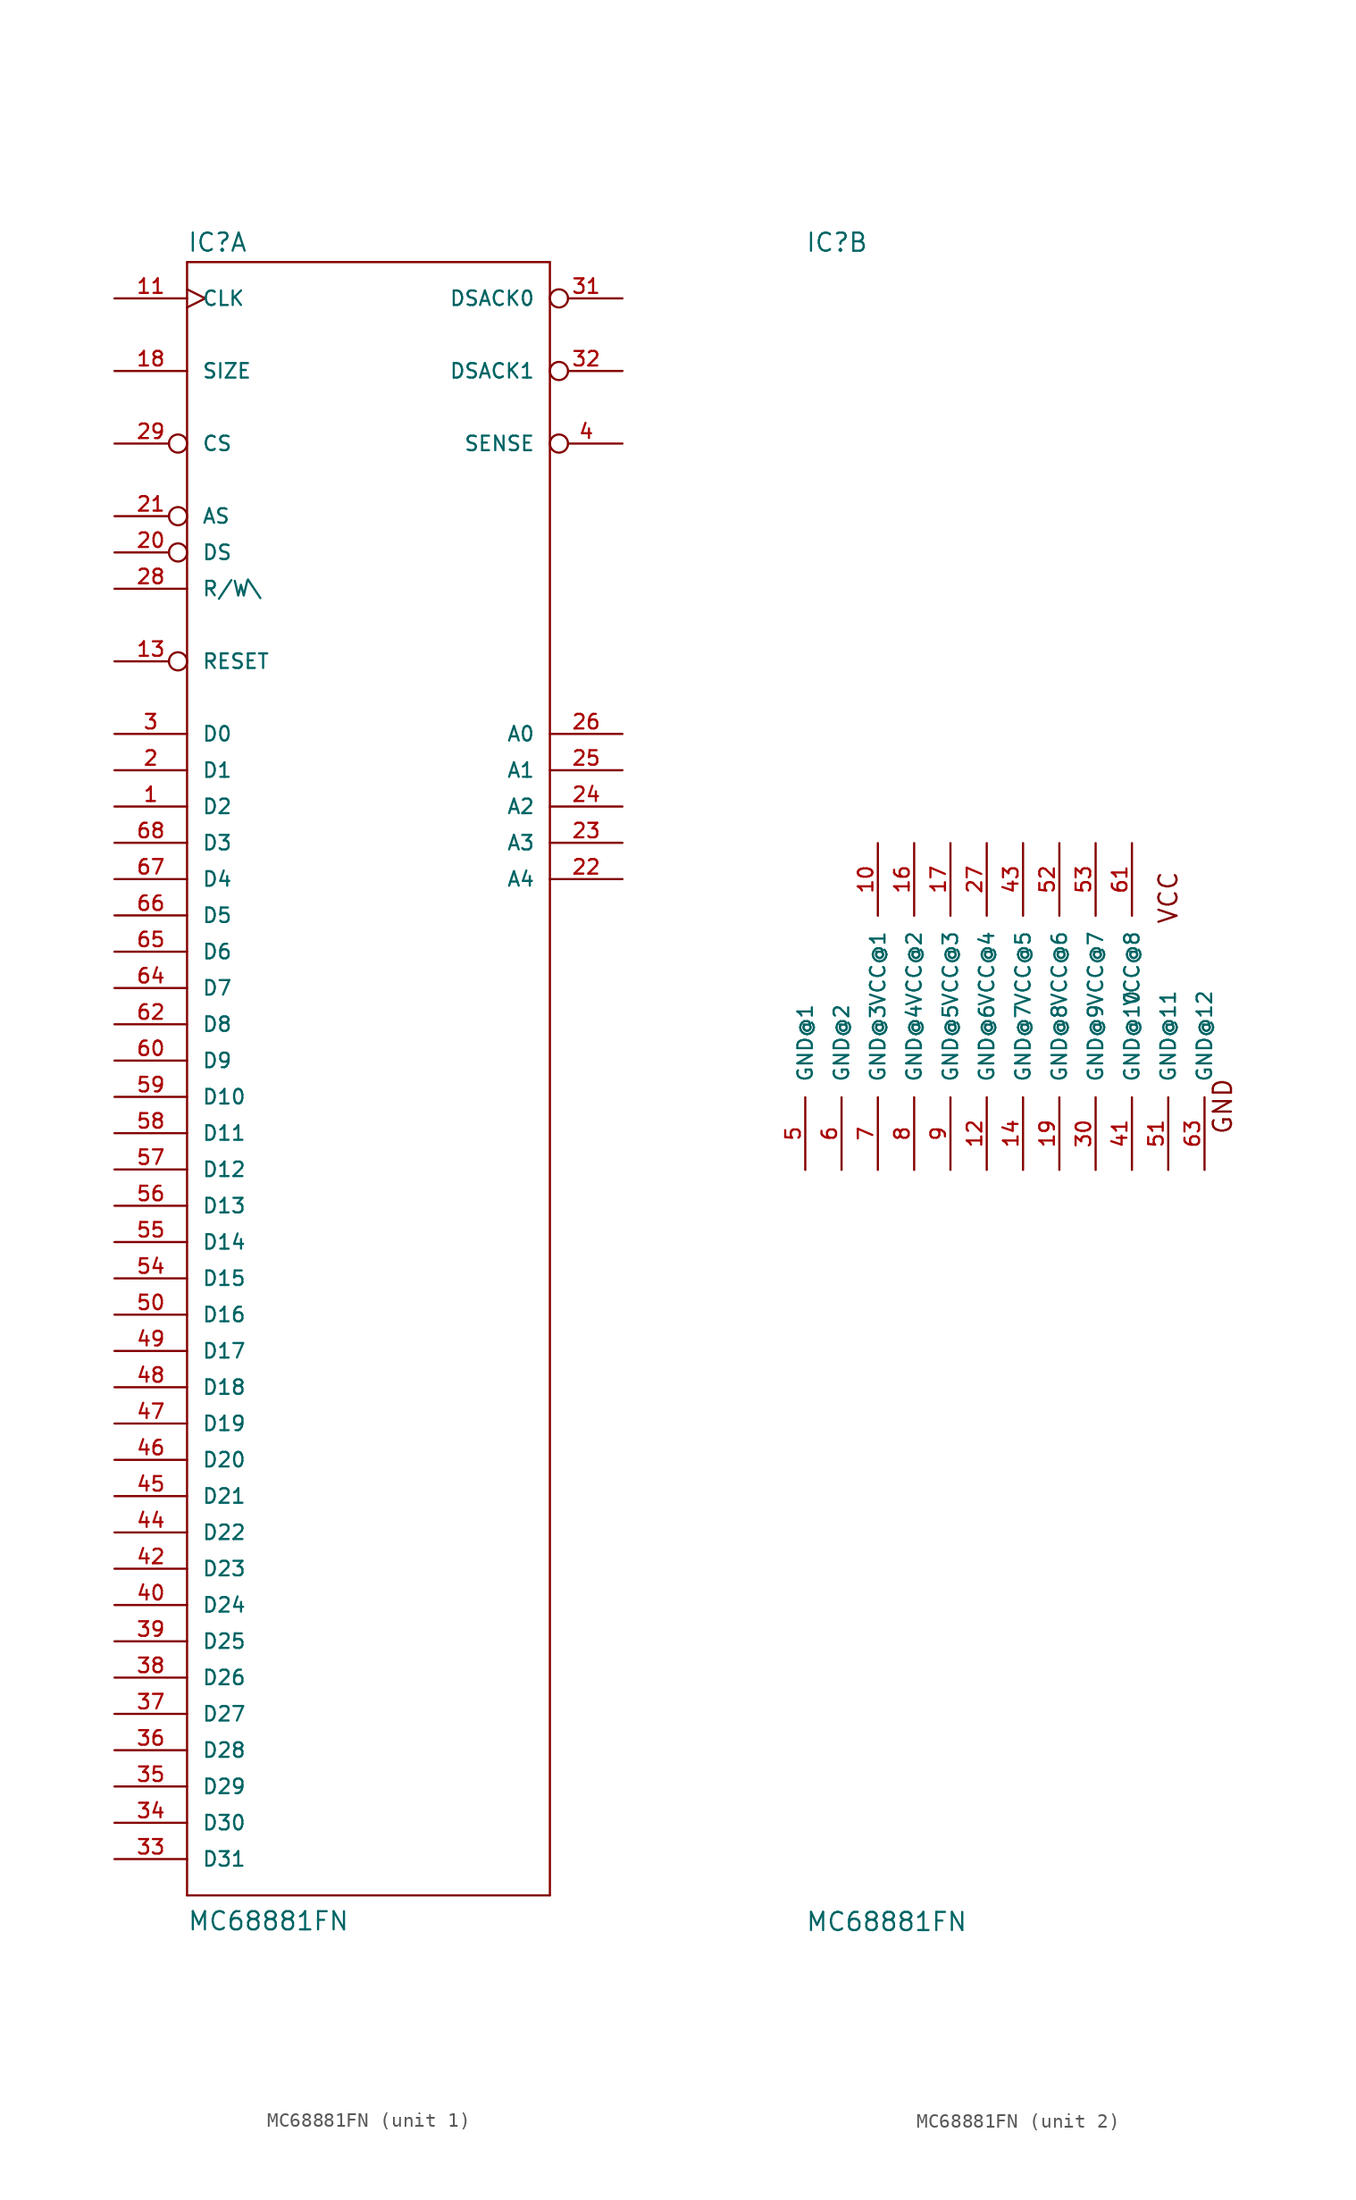
<source format=kicad_sym>
(kicad_symbol_lib
  (version 20220914)
  (generator kicad_symbol_editor)
  (symbol "MC68881FN"
    (pin_names
      (offset 1.016))
    (property "Reference" "IC"
      (at -12.7 56.515 0)
      (effects (font (size 1.27 1.27)) (justify left bottom)))
    (property "Value" "MC68881FN"
      (at -12.7 -60.96 0)
      (effects (font (size 1.27 1.27)) (justify left bottom)))
    (property "Footprint" ""
      (at 0 0 0)
      (effects (font (size 1.524 1.524))))
    (property "Datasheet" ""
      (at 0 0 0)
      (effects (font (size 1.524 1.524))))
    (property "ki_locked" ""
      (at 0 0 0)
      (effects (font (size 1.27 1.27))))
    (symbol "MC68881FN_1_0"
      (polyline (pts (xy -12.7 -58.42) (xy -12.7 55.88)) (stroke (width 0) (type solid)) (fill (type none)))
      (polyline (pts (xy -12.7 -58.42) (xy 12.7 -58.42)) (stroke (width 0) (type solid)) (fill (type none)))
      (polyline (pts (xy 12.7 55.88) (xy -12.7 55.88)) (stroke (width 0) (type solid)) (fill (type none)))
      (polyline (pts (xy 12.7 55.88) (xy 12.7 -58.42)) (stroke (width 0) (type solid)) (fill (type none))))
    (symbol "MC68881FN_1_1"
      (pin bidirectional line (at -17.78 17.78 0) (length 5.08) (name "D2" (effects (font (size 1.016 1.016)))) (number "1" (effects (font (size 1.016 1.016)))))
      (pin input clock (at -17.78 53.34 0) (length 5.08) (name "CLK" (effects (font (size 1.016 1.016)))) (number "11" (effects (font (size 1.016 1.016)))))
      (pin input inverted (at -17.78 27.94 0) (length 5.08) (name "RESET" (effects (font (size 1.016 1.016)))) (number "13" (effects (font (size 1.016 1.016)))))
      (pin input line (at -17.78 48.26 0) (length 5.08) (name "SIZE" (effects (font (size 1.016 1.016)))) (number "18" (effects (font (size 1.016 1.016)))))
      (pin bidirectional line (at -17.78 20.32 0) (length 5.08) (name "D1" (effects (font (size 1.016 1.016)))) (number "2" (effects (font (size 1.016 1.016)))))
      (pin input inverted (at -17.78 35.56 0) (length 5.08) (name "DS" (effects (font (size 1.016 1.016)))) (number "20" (effects (font (size 1.016 1.016)))))
      (pin input inverted (at -17.78 38.1 0) (length 5.08) (name "AS" (effects (font (size 1.016 1.016)))) (number "21" (effects (font (size 1.016 1.016)))))
      (pin input line (at 17.78 12.7 180) (length 5.08) (name "A4" (effects (font (size 1.016 1.016)))) (number "22" (effects (font (size 1.016 1.016)))))
      (pin input line (at 17.78 15.24 180) (length 5.08) (name "A3" (effects (font (size 1.016 1.016)))) (number "23" (effects (font (size 1.016 1.016)))))
      (pin input line (at 17.78 17.78 180) (length 5.08) (name "A2" (effects (font (size 1.016 1.016)))) (number "24" (effects (font (size 1.016 1.016)))))
      (pin input line (at 17.78 20.32 180) (length 5.08) (name "A1" (effects (font (size 1.016 1.016)))) (number "25" (effects (font (size 1.016 1.016)))))
      (pin input line (at 17.78 22.86 180) (length 5.08) (name "A0" (effects (font (size 1.016 1.016)))) (number "26" (effects (font (size 1.016 1.016)))))
      (pin input line (at -17.78 33.02 0) (length 5.08) (name "R/W\\" (effects (font (size 1.016 1.016)))) (number "28" (effects (font (size 1.016 1.016)))))
      (pin input inverted (at -17.78 43.18 0) (length 5.08) (name "CS" (effects (font (size 1.016 1.016)))) (number "29" (effects (font (size 1.016 1.016)))))
      (pin bidirectional line (at -17.78 22.86 0) (length 5.08) (name "D0" (effects (font (size 1.016 1.016)))) (number "3" (effects (font (size 1.016 1.016)))))
      (pin output inverted (at 17.78 53.34 180) (length 5.08) (name "DSACK0" (effects (font (size 1.016 1.016)))) (number "31" (effects (font (size 1.016 1.016)))))
      (pin output inverted (at 17.78 48.26 180) (length 5.08) (name "DSACK1" (effects (font (size 1.016 1.016)))) (number "32" (effects (font (size 1.016 1.016)))))
      (pin bidirectional line (at -17.78 -55.88 0) (length 5.08) (name "D31" (effects (font (size 1.016 1.016)))) (number "33" (effects (font (size 1.016 1.016)))))
      (pin bidirectional line (at -17.78 -53.34 0) (length 5.08) (name "D30" (effects (font (size 1.016 1.016)))) (number "34" (effects (font (size 1.016 1.016)))))
      (pin bidirectional line (at -17.78 -50.8 0) (length 5.08) (name "D29" (effects (font (size 1.016 1.016)))) (number "35" (effects (font (size 1.016 1.016)))))
      (pin bidirectional line (at -17.78 -48.26 0) (length 5.08) (name "D28" (effects (font (size 1.016 1.016)))) (number "36" (effects (font (size 1.016 1.016)))))
      (pin bidirectional line (at -17.78 -45.72 0) (length 5.08) (name "D27" (effects (font (size 1.016 1.016)))) (number "37" (effects (font (size 1.016 1.016)))))
      (pin bidirectional line (at -17.78 -43.18 0) (length 5.08) (name "D26" (effects (font (size 1.016 1.016)))) (number "38" (effects (font (size 1.016 1.016)))))
      (pin bidirectional line (at -17.78 -40.64 0) (length 5.08) (name "D25" (effects (font (size 1.016 1.016)))) (number "39" (effects (font (size 1.016 1.016)))))
      (pin bidirectional inverted (at 17.78 43.18 180) (length 5.08) (name "SENSE" (effects (font (size 1.016 1.016)))) (number "4" (effects (font (size 1.016 1.016)))))
      (pin bidirectional line (at -17.78 -38.1 0) (length 5.08) (name "D24" (effects (font (size 1.016 1.016)))) (number "40" (effects (font (size 1.016 1.016)))))
      (pin bidirectional line (at -17.78 -35.56 0) (length 5.08) (name "D23" (effects (font (size 1.016 1.016)))) (number "42" (effects (font (size 1.016 1.016)))))
      (pin bidirectional line (at -17.78 -33.02 0) (length 5.08) (name "D22" (effects (font (size 1.016 1.016)))) (number "44" (effects (font (size 1.016 1.016)))))
      (pin bidirectional line (at -17.78 -30.48 0) (length 5.08) (name "D21" (effects (font (size 1.016 1.016)))) (number "45" (effects (font (size 1.016 1.016)))))
      (pin bidirectional line (at -17.78 -27.94 0) (length 5.08) (name "D20" (effects (font (size 1.016 1.016)))) (number "46" (effects (font (size 1.016 1.016)))))
      (pin bidirectional line (at -17.78 -25.4 0) (length 5.08) (name "D19" (effects (font (size 1.016 1.016)))) (number "47" (effects (font (size 1.016 1.016)))))
      (pin bidirectional line (at -17.78 -22.86 0) (length 5.08) (name "D18" (effects (font (size 1.016 1.016)))) (number "48" (effects (font (size 1.016 1.016)))))
      (pin bidirectional line (at -17.78 -20.32 0) (length 5.08) (name "D17" (effects (font (size 1.016 1.016)))) (number "49" (effects (font (size 1.016 1.016)))))
      (pin bidirectional line (at -17.78 -17.78 0) (length 5.08) (name "D16" (effects (font (size 1.016 1.016)))) (number "50" (effects (font (size 1.016 1.016)))))
      (pin bidirectional line (at -17.78 -15.24 0) (length 5.08) (name "D15" (effects (font (size 1.016 1.016)))) (number "54" (effects (font (size 1.016 1.016)))))
      (pin bidirectional line (at -17.78 -12.7 0) (length 5.08) (name "D14" (effects (font (size 1.016 1.016)))) (number "55" (effects (font (size 1.016 1.016)))))
      (pin bidirectional line (at -17.78 -10.16 0) (length 5.08) (name "D13" (effects (font (size 1.016 1.016)))) (number "56" (effects (font (size 1.016 1.016)))))
      (pin bidirectional line (at -17.78 -7.62 0) (length 5.08) (name "D12" (effects (font (size 1.016 1.016)))) (number "57" (effects (font (size 1.016 1.016)))))
      (pin bidirectional line (at -17.78 -5.08 0) (length 5.08) (name "D11" (effects (font (size 1.016 1.016)))) (number "58" (effects (font (size 1.016 1.016)))))
      (pin bidirectional line (at -17.78 -2.54 0) (length 5.08) (name "D10" (effects (font (size 1.016 1.016)))) (number "59" (effects (font (size 1.016 1.016)))))
      (pin bidirectional line (at -17.78 0 0) (length 5.08) (name "D9" (effects (font (size 1.016 1.016)))) (number "60" (effects (font (size 1.016 1.016)))))
      (pin bidirectional line (at -17.78 2.54 0) (length 5.08) (name "D8" (effects (font (size 1.016 1.016)))) (number "62" (effects (font (size 1.016 1.016)))))
      (pin bidirectional line (at -17.78 5.08 0) (length 5.08) (name "D7" (effects (font (size 1.016 1.016)))) (number "64" (effects (font (size 1.016 1.016)))))
      (pin bidirectional line (at -17.78 7.62 0) (length 5.08) (name "D6" (effects (font (size 1.016 1.016)))) (number "65" (effects (font (size 1.016 1.016)))))
      (pin bidirectional line (at -17.78 10.16 0) (length 5.08) (name "D5" (effects (font (size 1.016 1.016)))) (number "66" (effects (font (size 1.016 1.016)))))
      (pin bidirectional line (at -17.78 12.7 0) (length 5.08) (name "D4" (effects (font (size 1.016 1.016)))) (number "67" (effects (font (size 1.016 1.016)))))
      (pin bidirectional line (at -17.78 15.24 0) (length 5.08) (name "D3" (effects (font (size 1.016 1.016)))) (number "68" (effects (font (size 1.016 1.016))))))
    (symbol "MC68881FN_2_0"
      (text "GND" (at 16.51 -3.175 1) (effects (font (size 1.27 1.27))))
      (text "VCC" (at 12.7 11.43 1) (effects (font (size 1.27 1.27)))))
    (symbol "MC68881FN_2_1"
      (pin power_in line (at -7.62 15.24 270) (length 5.08) (name "VCC@1" (effects (font (size 1.016 1.016)))) (number "10" (effects (font (size 1.016 1.016)))))
      (pin power_in line (at 0 -7.62 90) (length 5.08) (name "GND@6" (effects (font (size 1.016 1.016)))) (number "12" (effects (font (size 1.016 1.016)))))
      (pin power_in line (at 2.54 -7.62 90) (length 5.08) (name "GND@7" (effects (font (size 1.016 1.016)))) (number "14" (effects (font (size 1.016 1.016)))))
      (pin power_in line (at -5.08 15.24 270) (length 5.08) (name "VCC@2" (effects (font (size 1.016 1.016)))) (number "16" (effects (font (size 1.016 1.016)))))
      (pin power_in line (at -2.54 15.24 270) (length 5.08) (name "VCC@3" (effects (font (size 1.016 1.016)))) (number "17" (effects (font (size 1.016 1.016)))))
      (pin power_in line (at 5.08 -7.62 90) (length 5.08) (name "GND@8" (effects (font (size 1.016 1.016)))) (number "19" (effects (font (size 1.016 1.016)))))
      (pin power_in line (at 0 15.24 270) (length 5.08) (name "VCC@4" (effects (font (size 1.016 1.016)))) (number "27" (effects (font (size 1.016 1.016)))))
      (pin power_in line (at 7.62 -7.62 90) (length 5.08) (name "GND@9" (effects (font (size 1.016 1.016)))) (number "30" (effects (font (size 1.016 1.016)))))
      (pin power_in line (at 10.16 -7.62 90) (length 5.08) (name "GND@10" (effects (font (size 1.016 1.016)))) (number "41" (effects (font (size 1.016 1.016)))))
      (pin power_in line (at 2.54 15.24 270) (length 5.08) (name "VCC@5" (effects (font (size 1.016 1.016)))) (number "43" (effects (font (size 1.016 1.016)))))
      (pin power_in line (at -12.7 -7.62 90) (length 5.08) (name "GND@1" (effects (font (size 1.016 1.016)))) (number "5" (effects (font (size 1.016 1.016)))))
      (pin power_in line (at 12.7 -7.62 90) (length 5.08) (name "GND@11" (effects (font (size 1.016 1.016)))) (number "51" (effects (font (size 1.016 1.016)))))
      (pin power_in line (at 5.08 15.24 270) (length 5.08) (name "VCC@6" (effects (font (size 1.016 1.016)))) (number "52" (effects (font (size 1.016 1.016)))))
      (pin power_in line (at 7.62 15.24 270) (length 5.08) (name "VCC@7" (effects (font (size 1.016 1.016)))) (number "53" (effects (font (size 1.016 1.016)))))
      (pin power_in line (at -10.16 -7.62 90) (length 5.08) (name "GND@2" (effects (font (size 1.016 1.016)))) (number "6" (effects (font (size 1.016 1.016)))))
      (pin power_in line (at 10.16 15.24 270) (length 5.08) (name "VCC@8" (effects (font (size 1.016 1.016)))) (number "61" (effects (font (size 1.016 1.016)))))
      (pin power_in line (at 15.24 -7.62 90) (length 5.08) (name "GND@12" (effects (font (size 1.016 1.016)))) (number "63" (effects (font (size 1.016 1.016)))))
      (pin power_in line (at -7.62 -7.62 90) (length 5.08) (name "GND@3" (effects (font (size 1.016 1.016)))) (number "7" (effects (font (size 1.016 1.016)))))
      (pin power_in line (at -5.08 -7.62 90) (length 5.08) (name "GND@4" (effects (font (size 1.016 1.016)))) (number "8" (effects (font (size 1.016 1.016)))))
      (pin power_in line (at -2.54 -7.62 90) (length 5.08) (name "GND@5" (effects (font (size 1.016 1.016)))) (number "9" (effects (font (size 1.016 1.016))))))))
</source>
